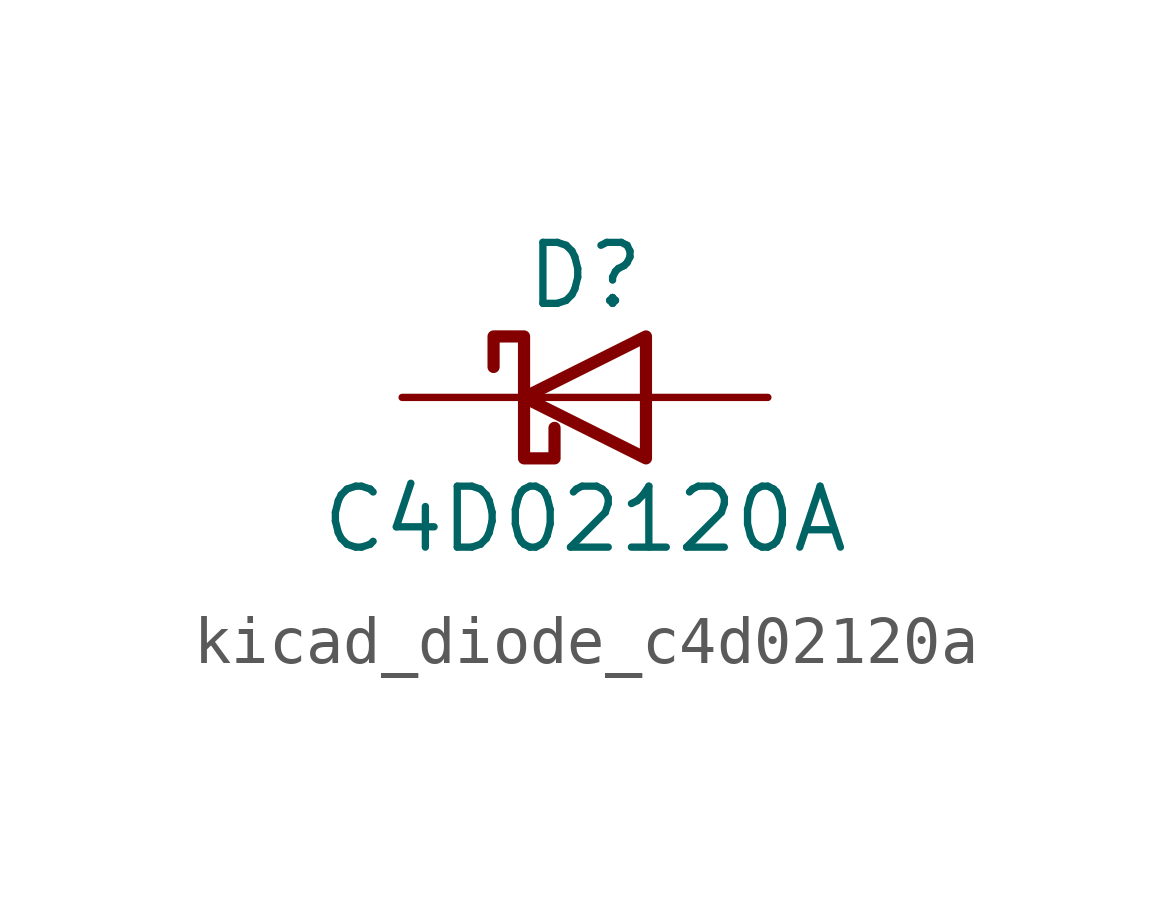
<source format=kicad_sym>
(kicad_symbol_lib
  (version 20220914)
  (generator kicad_symbol_editor)
  (symbol "kicad_diode_c4d02120a"
    (pin_numbers hide)
    (pin_names
      (offset 1.016) hide)
    (property "Reference" "D"
      (at 0 2.54 0)
      (effects (font (size 1.27 1.27))))
    (property "Value" "C4D02120A"
      (at 0 -2.54 0)
      (effects (font (size 1.27 1.27))))
    (symbol "kicad_diode_c4d02120a_0_1"
      (polyline (pts (xy 1.27 0) (xy -1.27 0)) (stroke (width 0) (type default)) (fill (type none)))
      (polyline (pts (xy 1.27 1.27) (xy 1.27 -1.27) (xy -1.27 0) (xy 1.27 1.27)) (stroke (width 0.254) (type default)) (fill (type none)))
      (polyline (pts (xy -1.905 0.635) (xy -1.905 1.27) (xy -1.27 1.27) (xy -1.27 -1.27) (xy -0.635 -1.27) (xy -0.635 -0.635)) (stroke (width 0.254) (type default)) (fill (type none))))
    (symbol "kicad_diode_c4d02120a_1_1"
      (pin passive line (at -3.81 0 0) (length 2.54) (name "K" (effects (font (size 1.27 1.27)))) (number "1" (effects (font (size 1.27 1.27)))))
      (pin passive line (at 3.81 0 180) (length 2.54) (name "A" (effects (font (size 1.27 1.27)))) (number "2" (effects (font (size 1.27 1.27))))))))
</source>
